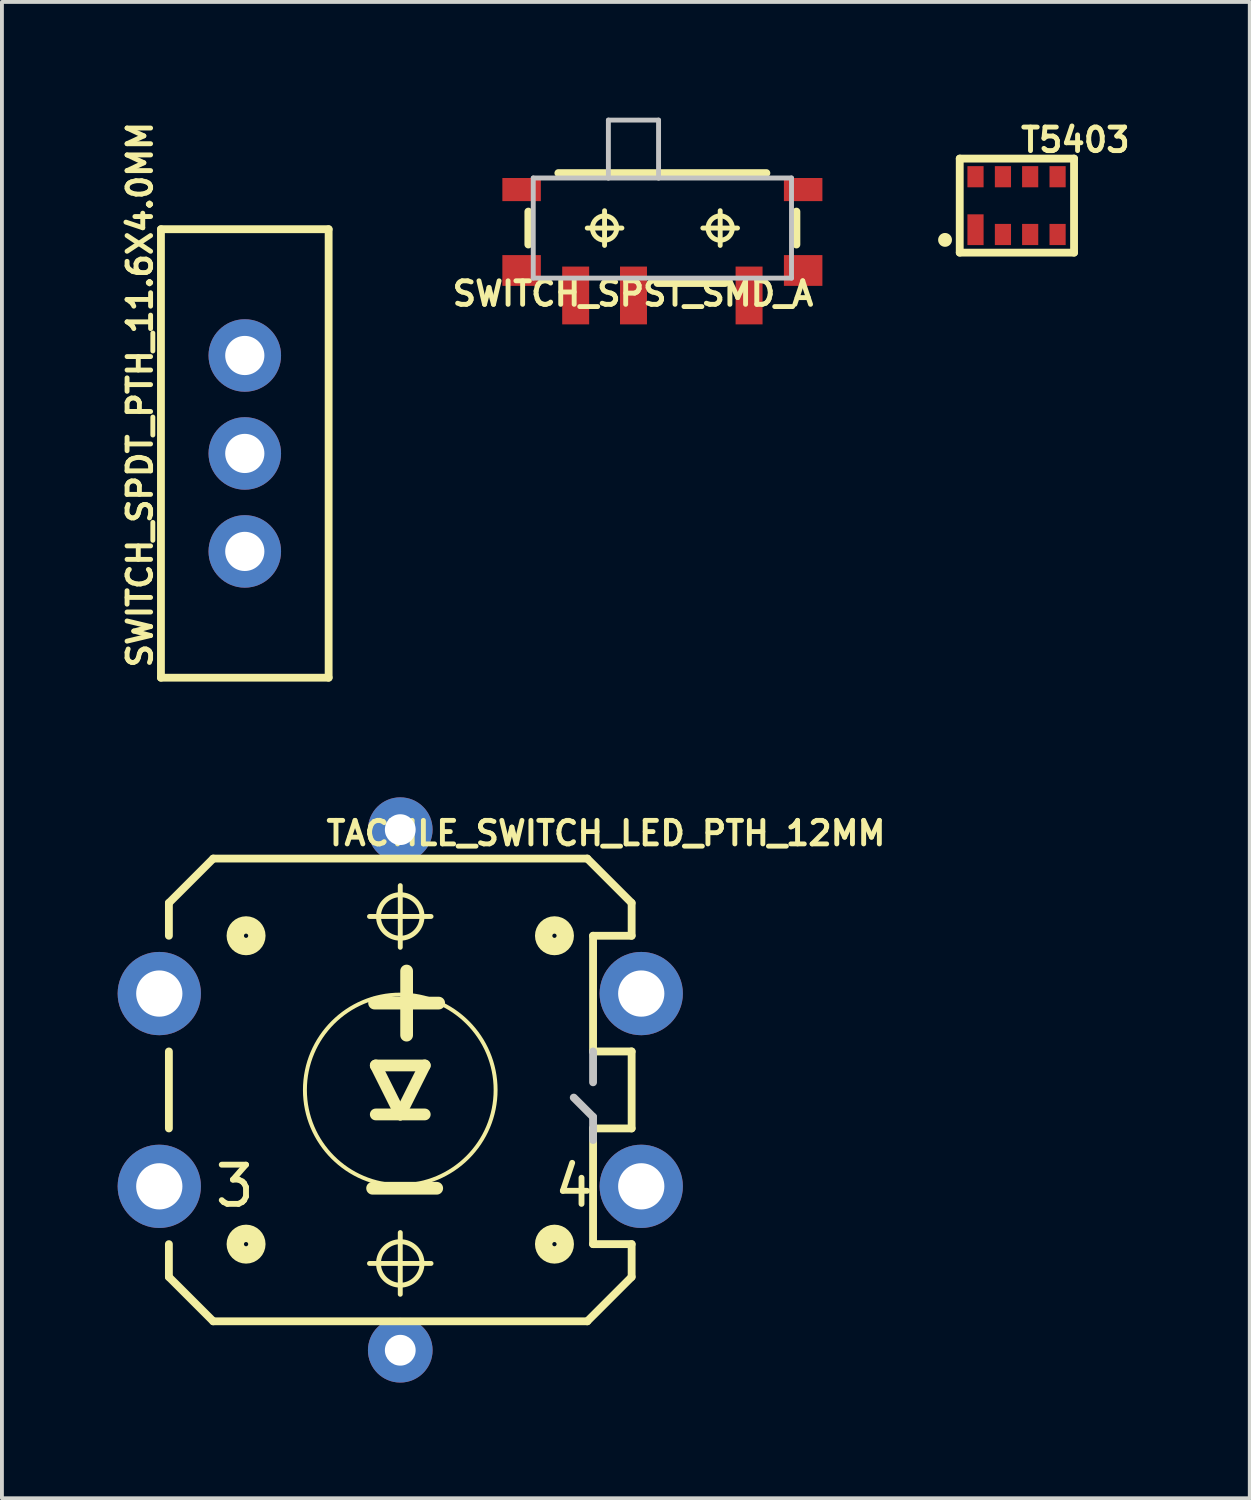
<source format=kicad_pcb>
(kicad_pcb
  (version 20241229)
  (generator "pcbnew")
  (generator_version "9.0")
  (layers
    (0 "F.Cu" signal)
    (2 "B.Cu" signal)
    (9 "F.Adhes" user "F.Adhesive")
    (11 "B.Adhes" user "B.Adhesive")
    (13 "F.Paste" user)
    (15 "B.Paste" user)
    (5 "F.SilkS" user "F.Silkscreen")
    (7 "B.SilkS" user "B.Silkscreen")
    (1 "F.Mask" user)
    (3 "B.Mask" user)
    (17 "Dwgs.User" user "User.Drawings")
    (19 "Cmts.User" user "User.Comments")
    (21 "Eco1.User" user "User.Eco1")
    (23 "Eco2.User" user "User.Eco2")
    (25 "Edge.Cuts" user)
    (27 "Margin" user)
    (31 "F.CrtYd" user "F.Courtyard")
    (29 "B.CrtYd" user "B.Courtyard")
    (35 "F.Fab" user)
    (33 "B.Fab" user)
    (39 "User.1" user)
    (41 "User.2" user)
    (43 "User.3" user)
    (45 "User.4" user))
  (footprint "SWITCH_SPST_SMD_A"
    (layer "F.Cu")
    (at 14.124 2.863)
    (property "Reference" "SWITCH_SPST_SMD_A" (at -0.762 1.702 180) (layer "F.SilkS") (effects (font (size 0.61 0.61) (thickness 0.127))))
    (attr smd)
    (fp_line (start -3.475 -0.427) (end -3.475 0.427) (stroke (width 0.203) (type solid)) (layer "F.SilkS"))
    (fp_line (start -1.948 0) (end -1.049 0) (stroke (width 0.127) (type solid)) (layer "F.SilkS"))
    (fp_line (start -1.499 0.45) (end -1.499 -0.45) (stroke (width 0.127) (type solid)) (layer "F.SilkS"))
    (fp_line (start 1.049 0) (end 1.948 0) (stroke (width 0.127) (type solid)) (layer "F.SilkS"))
    (fp_line (start 1.499 0.45) (end 1.499 -0.45) (stroke (width 0.127) (type solid)) (layer "F.SilkS"))
    (fp_line (start 1.626 1.425) (end -0.127 1.425) (stroke (width 0.203) (type solid)) (layer "F.SilkS"))
    (fp_line (start 2.697 -1.425) (end -2.697 -1.425) (stroke (width 0.203) (type solid)) (layer "F.SilkS"))
    (fp_line (start 3.475 -0.427) (end 3.475 0.427) (stroke (width 0.203) (type solid)) (layer "F.SilkS"))
    (fp_circle (center -1.499 0) (end -1.722 0.224) (stroke (width 0.127) (type solid)) (fill no) (layer "F.SilkS"))
    (fp_circle (center 1.499 0) (end 1.722 0.224) (stroke (width 0.127) (type solid)) (fill no) (layer "F.SilkS"))
    (fp_line (start -3.348 -1.298) (end -3.348 1.298) (stroke (width 0.127) (type solid)) (layer "Dwgs.User"))
    (fp_line (start -3.348 1.298) (end 3.348 1.298) (stroke (width 0.127) (type solid)) (layer "Dwgs.User"))
    (fp_line (start -1.4 -2.799) (end -1.4 -1.298) (stroke (width 0.127) (type solid)) (layer "Dwgs.User"))
    (fp_line (start -1.4 -1.298) (end -3.348 -1.298) (stroke (width 0.127) (type solid)) (layer "Dwgs.User"))
    (fp_line (start -0.099 -2.799) (end -1.4 -2.799) (stroke (width 0.127) (type solid)) (layer "Dwgs.User"))
    (fp_line (start -0.099 -1.298) (end -1.4 -1.298) (stroke (width 0.127) (type solid)) (layer "Dwgs.User"))
    (fp_line (start -0.099 -1.298) (end -0.099 -2.799) (stroke (width 0.127) (type solid)) (layer "Dwgs.User"))
    (fp_line (start 3.348 -1.298) (end -0.099 -1.298) (stroke (width 0.127) (type solid)) (layer "Dwgs.User"))
    (fp_line (start 3.348 1.298) (end 3.348 -1.298) (stroke (width 0.127) (type solid)) (layer "Dwgs.User"))
    (pad "1" smd rect (at -2.248 1.748 180) (size 0.699 1.499) (layers "F.Cu" "F.Mask" "F.Paste"))
    (pad "2" smd rect (at -0.749 1.748 180) (size 0.699 1.499) (layers "F.Cu" "F.Mask" "F.Paste"))
    (pad "3" smd rect (at 2.248 1.748 180) (size 0.699 1.499) (layers "F.Cu" "F.Mask" "F.Paste"))
    (pad "GND1" smd rect (at -3.65 -0.998) (size 0.998 0.599) (layers "F.Cu" "F.Mask" "F.Paste"))
    (pad "GND2" smd rect (at -3.65 1.1) (size 0.998 0.798) (layers "F.Cu" "F.Mask" "F.Paste"))
    (pad "GND3" smd rect (at 3.65 -0.998) (size 0.998 0.599) (layers "F.Cu" "F.Mask" "F.Paste"))
    (pad "GND4" smd rect (at 3.65 1.1) (size 0.998 0.798) (layers "F.Cu" "F.Mask" "F.Paste")))
  (footprint "TACTILE_SWITCH_LED_PTH_12MM"
    (layer "F.Cu")
    (at 7.328 25.21)
    (property "Reference" "TACTILE_SWITCH_LED_PTH_12MM" (at 5.334 -6.655 0) (layer "F.SilkS") (effects (font (size 0.61 0.61) (thickness 0.127))))
    (attr exclude_from_pos_files exclude_from_bom)
    (fp_line (start -5.999 -4.849) (end -4.849 -5.999) (stroke (width 0.203) (type solid)) (layer "F.SilkS"))
    (fp_line (start -5.999 -3.998) (end -5.999 -4.849) (stroke (width 0.203) (type solid)) (layer "F.SilkS"))
    (fp_line (start -5.999 0.998) (end -5.999 -0.998) (stroke (width 0.203) (type solid)) (layer "F.SilkS"))
    (fp_line (start -5.999 4.849) (end -5.999 3.998) (stroke (width 0.203) (type solid)) (layer "F.SilkS"))
    (fp_line (start -4.849 -5.999) (end 4.849 -5.999) (stroke (width 0.203) (type solid)) (layer "F.SilkS"))
    (fp_line (start -4.849 5.999) (end -5.999 4.849) (stroke (width 0.203) (type solid)) (layer "F.SilkS"))
    (fp_line (start -0.798 -4.498) (end 0.798 -4.498) (stroke (width 0.127) (type solid)) (layer "F.SilkS"))
    (fp_line (start -0.798 4.498) (end 0.798 4.498) (stroke (width 0.127) (type solid)) (layer "F.SilkS"))
    (fp_line (start -0.635 -0.635) (end 0 0.635) (stroke (width 0.305) (type solid)) (layer "F.SilkS"))
    (fp_line (start 0 -3.698) (end 0 -5.298) (stroke (width 0.127) (type solid)) (layer "F.SilkS"))
    (fp_line (start 0 0.635) (end -0.635 0.635) (stroke (width 0.305) (type solid)) (layer "F.SilkS"))
    (fp_line (start 0 0.635) (end 0.635 -0.635) (stroke (width 0.305) (type solid)) (layer "F.SilkS"))
    (fp_line (start 0 5.298) (end 0 3.698) (stroke (width 0.127) (type solid)) (layer "F.SilkS"))
    (fp_line (start 0.635 -0.635) (end -0.635 -0.635) (stroke (width 0.305) (type solid)) (layer "F.SilkS"))
    (fp_line (start 0.635 0.635) (end 0 0.635) (stroke (width 0.305) (type solid)) (layer "F.SilkS"))
    (fp_line (start 4.849 -5.999) (end 5.999 -4.849) (stroke (width 0.203) (type solid)) (layer "F.SilkS"))
    (fp_line (start 4.849 5.999) (end -4.849 5.999) (stroke (width 0.203) (type solid)) (layer "F.SilkS"))
    (fp_line (start 4.999 -3.998) (end 5.999 -3.998) (stroke (width 0.203) (type solid)) (layer "F.SilkS"))
    (fp_line (start 4.999 -0.998) (end 4.999 -3.998) (stroke (width 0.203) (type solid)) (layer "F.SilkS"))
    (fp_line (start 4.999 0.998) (end 4.999 3.998) (stroke (width 0.203) (type solid)) (layer "F.SilkS"))
    (fp_line (start 4.999 3.998) (end 5.999 3.998) (stroke (width 0.203) (type solid)) (layer "F.SilkS"))
    (fp_line (start 5.999 -4.849) (end 5.999 -3.998) (stroke (width 0.203) (type solid)) (layer "F.SilkS"))
    (fp_line (start 5.999 -0.998) (end 4.999 -0.998) (stroke (width 0.203) (type solid)) (layer "F.SilkS"))
    (fp_line (start 5.999 -0.998) (end 5.999 0.998) (stroke (width 0.203) (type solid)) (layer "F.SilkS"))
    (fp_line (start 5.999 0.998) (end 4.999 0.998) (stroke (width 0.203) (type solid)) (layer "F.SilkS"))
    (fp_line (start 5.999 3.998) (end 5.999 4.849) (stroke (width 0.203) (type solid)) (layer "F.SilkS"))
    (fp_line (start 5.999 4.849) (end 4.849 5.999) (stroke (width 0.203) (type solid)) (layer "F.SilkS"))
    (fp_circle (center -3.998 -3.998) (end -4.196 -4.196) (stroke (width 0.45) (type solid)) (fill no) (layer "F.SilkS"))
    (fp_circle (center -3.998 3.998) (end -4.196 4.196) (stroke (width 0.45) (type solid)) (fill no) (layer "F.SilkS"))
    (fp_circle (center 0 -4.498) (end -0.399 -4.897) (stroke (width 0.127) (type solid)) (fill no) (layer "F.SilkS"))
    (fp_circle (center 0 0) (end -1.748 1.748) (stroke (width 0.102) (type solid)) (fill no) (layer "F.SilkS"))
    (fp_circle (center 0 4.498) (end -0.399 4.897) (stroke (width 0.127) (type solid)) (fill no) (layer "F.SilkS"))
    (fp_circle (center 3.998 -3.998) (end 4.196 -4.196) (stroke (width 0.45) (type solid)) (fill no) (layer "F.SilkS"))
    (fp_circle (center 3.998 3.998) (end 4.196 4.196) (stroke (width 0.45) (type solid)) (fill no) (layer "F.SilkS"))
    (fp_line (start 4.999 -0.198) (end 4.999 -0.998) (stroke (width 0.203) (type solid)) (layer "Dwgs.User"))
    (fp_line (start 4.999 0.699) (end 4.498 0.198) (stroke (width 0.203) (type solid)) (layer "Dwgs.User"))
    (fp_line (start 4.999 1.298) (end 4.999 0.699) (stroke (width 0.203) (type solid)) (layer "Dwgs.User"))
    (fp_text user "-" (at 0.114 2.388 180) (layer "F.SilkS") (effects (font (size 2.182 2.182) (thickness 0.33))))
    (fp_text user "4" (at 4.506 2.492 0) (layer "F.SilkS") (effects (font (size 1.016 1.016) (thickness 0.152))))
    (fp_text user "3" (at -4.29 2.492 0) (layer "F.SilkS") (effects (font (size 1.016 1.016) (thickness 0.152))))
    (fp_text user "+" (at 0.165 -2.413 180) (layer "F.SilkS") (effects (font (size 2.182 2.182) (thickness 0.33))))
    (pad "1" thru_hole circle (at -6.248 -2.499) (size 2.159 2.159) (drill 1.199) (layers "*.Cu" "*.Paste" "*.Mask"))
    (pad "2" thru_hole circle (at 6.248 -2.499) (size 2.159 2.159) (drill 1.199) (layers "*.Cu" "*.Paste" "*.Mask"))
    (pad "3" thru_hole circle (at -6.248 2.499) (size 2.159 2.159) (drill 1.199) (layers "*.Cu" "*.Paste" "*.Mask"))
    (pad "4" thru_hole circle (at 6.248 2.499) (size 2.159 2.159) (drill 1.199) (layers "*.Cu" "*.Paste" "*.Mask"))
    (pad "A" thru_hole circle (at 0 -6.749) (size 1.676 1.676) (drill 0.798) (layers "*.Cu" "*.Paste" "*.Mask"))
    (pad "C" thru_hole circle (at 0 6.749) (size 1.676 1.676) (drill 0.798) (layers "*.Cu" "*.Paste" "*.Mask")))
  (footprint "T5403"
    (layer "F.Cu")
    (at 23.307 2.281)
    (property "Reference" "T5403" (at 1.524 -1.702 0) (layer "F.SilkS") (effects (font (size 0.61 0.61) (thickness 0.127))))
    (attr smd)
    (fp_line (start -1.473 -1.219) (end -1.473 1.219) (stroke (width 0.203) (type solid)) (layer "F.SilkS"))
    (fp_line (start -1.473 -1.219) (end 1.491 -1.219) (stroke (width 0.203) (type solid)) (layer "F.SilkS"))
    (fp_line (start -1.473 1.219) (end 1.491 1.219) (stroke (width 0.203) (type solid)) (layer "F.SilkS"))
    (fp_line (start 1.491 1.219) (end 1.491 -1.219) (stroke (width 0.203) (type solid)) (layer "F.SilkS"))
    (fp_circle (center -1.854 0.889) (end -1.981 1.016) (stroke (width 0) (type solid)) (fill yes) (layer "F.SilkS"))
    (pad "1" smd rect (at -1.064 0.625) (size 0.419 0.798) (layers "F.Cu" "F.Mask" "F.Paste"))
    (pad "2" smd rect (at -0.353 0.749) (size 0.419 0.549) (layers "F.Cu" "F.Mask" "F.Paste"))
    (pad "3" smd rect (at 0.353 0.749) (size 0.419 0.549) (layers "F.Cu" "F.Mask" "F.Paste"))
    (pad "4" smd rect (at 1.064 0.749) (size 0.419 0.549) (layers "F.Cu" "F.Mask" "F.Paste"))
    (pad "5" smd rect (at 1.064 -0.749) (size 0.419 0.549) (layers "F.Cu" "F.Mask" "F.Paste"))
    (pad "6" smd rect (at 0.353 -0.749) (size 0.419 0.549) (layers "F.Cu" "F.Mask" "F.Paste"))
    (pad "7" smd rect (at -0.353 -0.749) (size 0.419 0.549) (layers "F.Cu" "F.Mask" "F.Paste"))
    (pad "8" smd rect (at -1.064 -0.749) (size 0.419 0.549) (layers "F.Cu" "F.Mask" "F.Paste")))
  (footprint "SWITCH_SPDT_PTH_11.6X4.0MM"
    (layer "F.Cu")
    (at 3.297 8.707)
    (property "Reference" "SWITCH_SPDT_PTH_11.6X4.0MM" (at -2.718 -1.524 90) (layer "F.SilkS") (effects (font (size 0.61 0.61) (thickness 0.127))))
    (attr exclude_from_pos_files exclude_from_bom)
    (fp_line (start -2.174 -5.814) (end -2.174 5.814) (stroke (width 0.203) (type solid)) (layer "F.SilkS"))
    (fp_line (start -2.174 5.814) (end 2.174 5.814) (stroke (width 0.203) (type solid)) (layer "F.SilkS"))
    (fp_line (start 2.174 -5.814) (end -2.174 -5.814) (stroke (width 0.203) (type solid)) (layer "F.SilkS"))
    (fp_line (start 2.174 5.814) (end 2.174 -5.814) (stroke (width 0.203) (type solid)) (layer "F.SilkS"))
    (pad "1" thru_hole circle (at 0 -2.54) (size 1.88 1.88) (drill 1.016) (layers "*.Cu" "*.Paste" "*.Mask"))
    (pad "2" thru_hole circle (at 0 0) (size 1.88 1.88) (drill 1.016) (layers "*.Cu" "*.Paste" "*.Mask"))
    (pad "3" thru_hole circle (at 0 2.54) (size 1.88 1.88) (drill 1.016) (layers "*.Cu" "*.Paste" "*.Mask")))
  (gr_rect
    (start -3 -3)
    (end 29.354 35.797)
    (stroke (width 0.1) (type default))
    (fill no)
    (layer "Edge.Cuts")))
</source>
